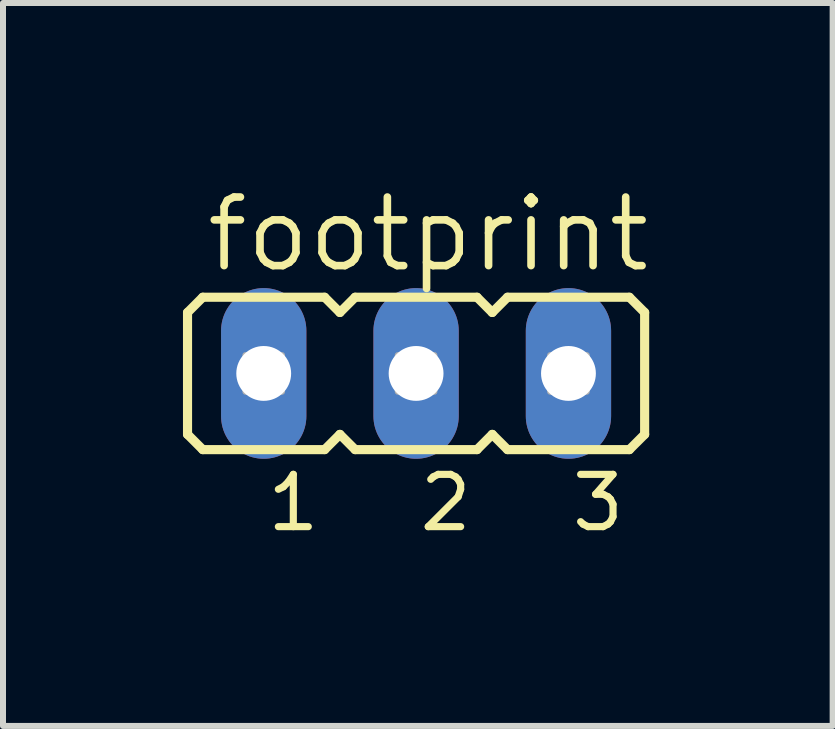
<source format=kicad_pcb>
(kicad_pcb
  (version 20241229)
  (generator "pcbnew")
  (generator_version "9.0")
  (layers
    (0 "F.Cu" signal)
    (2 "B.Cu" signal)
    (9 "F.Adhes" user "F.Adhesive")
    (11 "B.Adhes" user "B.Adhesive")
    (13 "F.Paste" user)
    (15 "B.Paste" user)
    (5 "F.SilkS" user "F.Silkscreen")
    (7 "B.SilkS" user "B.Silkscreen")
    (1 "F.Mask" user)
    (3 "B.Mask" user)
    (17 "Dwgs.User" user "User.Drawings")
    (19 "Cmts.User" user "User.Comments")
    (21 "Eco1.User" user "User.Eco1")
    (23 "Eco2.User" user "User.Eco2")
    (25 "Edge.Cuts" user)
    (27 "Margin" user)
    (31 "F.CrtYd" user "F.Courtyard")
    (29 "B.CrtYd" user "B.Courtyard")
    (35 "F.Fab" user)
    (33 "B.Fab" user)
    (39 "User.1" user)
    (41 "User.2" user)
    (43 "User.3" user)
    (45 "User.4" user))
  (footprint "footprint"
    (layer "F.Cu")
    (at 3.886 3.175)
    (property "Reference" "footprint" (at -3.556 -1.651 0) (layer "F.SilkS") (effects (font (size 1.143 1.143) (thickness 0.127)) (justify left bottom)))
    (fp_line (start -3.81 -1.016) (end -3.556 -1.27) (stroke (width 0.152) (type solid)) (layer "F.SilkS"))
    (fp_line (start -3.81 1.016) (end -3.81 -1.016) (stroke (width 0.152) (type solid)) (layer "F.SilkS"))
    (fp_line (start -3.81 1.016) (end -3.556 1.27) (stroke (width 0.152) (type solid)) (layer "F.SilkS"))
    (fp_line (start -1.524 -1.27) (end -3.556 -1.27) (stroke (width 0.152) (type solid)) (layer "F.SilkS"))
    (fp_line (start -1.524 -1.27) (end -1.27 -1.016) (stroke (width 0.152) (type solid)) (layer "F.SilkS"))
    (fp_line (start -1.524 1.27) (end -3.556 1.27) (stroke (width 0.152) (type solid)) (layer "F.SilkS"))
    (fp_line (start -1.524 1.27) (end -1.27 1.016) (stroke (width 0.152) (type solid)) (layer "F.SilkS"))
    (fp_line (start -1.27 -1.016) (end -1.016 -1.27) (stroke (width 0.152) (type solid)) (layer "F.SilkS"))
    (fp_line (start -1.27 1.016) (end -1.016 1.27) (stroke (width 0.152) (type solid)) (layer "F.SilkS"))
    (fp_line (start 1.016 -1.27) (end -1.016 -1.27) (stroke (width 0.152) (type solid)) (layer "F.SilkS"))
    (fp_line (start 1.016 -1.27) (end 1.27 -1.016) (stroke (width 0.152) (type solid)) (layer "F.SilkS"))
    (fp_line (start 1.016 1.27) (end -1.016 1.27) (stroke (width 0.152) (type solid)) (layer "F.SilkS"))
    (fp_line (start 1.016 1.27) (end 1.27 1.016) (stroke (width 0.152) (type solid)) (layer "F.SilkS"))
    (fp_line (start 1.27 -1.016) (end 1.524 -1.27) (stroke (width 0.152) (type solid)) (layer "F.SilkS"))
    (fp_line (start 1.27 1.016) (end 1.524 1.27) (stroke (width 0.152) (type solid)) (layer "F.SilkS"))
    (fp_line (start 3.556 -1.27) (end 1.524 -1.27) (stroke (width 0.152) (type solid)) (layer "F.SilkS"))
    (fp_line (start 3.556 -1.27) (end 3.81 -1.016) (stroke (width 0.152) (type solid)) (layer "F.SilkS"))
    (fp_line (start 3.556 1.27) (end 1.524 1.27) (stroke (width 0.152) (type solid)) (layer "F.SilkS"))
    (fp_line (start 3.556 1.27) (end 3.81 1.016) (stroke (width 0.152) (type solid)) (layer "F.SilkS"))
    (fp_line (start 3.81 -1.016) (end 3.81 1.016) (stroke (width 0.152) (type solid)) (layer "F.SilkS"))
    (fp_poly (pts (xy -2.845 0.305) (xy -2.235 0.305) (xy -2.235 -0.305) (xy -2.845 -0.305)) (stroke (width 0.1) (type solid)) (fill no) (layer "F.Fab"))
    (fp_poly (pts (xy -0.305 0.305) (xy 0.305 0.305) (xy 0.305 -0.305) (xy -0.305 -0.305)) (stroke (width 0.1) (type solid)) (fill no) (layer "F.Fab"))
    (fp_poly (pts (xy 2.235 0.305) (xy 2.845 0.305) (xy 2.845 -0.305) (xy 2.235 -0.305)) (stroke (width 0.1) (type solid)) (fill no) (layer "F.Fab"))
    (fp_text user "2" (at 0 2.667 0) (layer "F.SilkS") (effects (font (size 0.872 0.872) (thickness 0.119)) (justify left bottom)))
    (fp_text user "1" (at -2.54 2.667 0) (layer "F.SilkS") (effects (font (size 0.872 0.872) (thickness 0.119)) (justify left bottom)))
    (fp_text user "3" (at 2.54 2.667 0) (layer "F.SilkS") (effects (font (size 0.872 0.872) (thickness 0.119)) (justify left bottom)))
    (pad "1" thru_hole oval (at -2.54 0 90) (size 2.845 1.422) (drill 0.914) (layers "*.Cu" "*.Mask"))
    (pad "2" thru_hole oval (at 0 0 90) (size 2.845 1.422) (drill 0.914) (layers "*.Cu" "*.Mask"))
    (pad "3" thru_hole oval (at 2.54 0 90) (size 2.845 1.422) (drill 0.914) (layers "*.Cu" "*.Mask")))
  (gr_rect
    (start -3 -3)
    (end 10.83 9.051)
    (stroke (width 0.1) (type default))
    (fill no)
    (layer "Edge.Cuts")))
</source>
